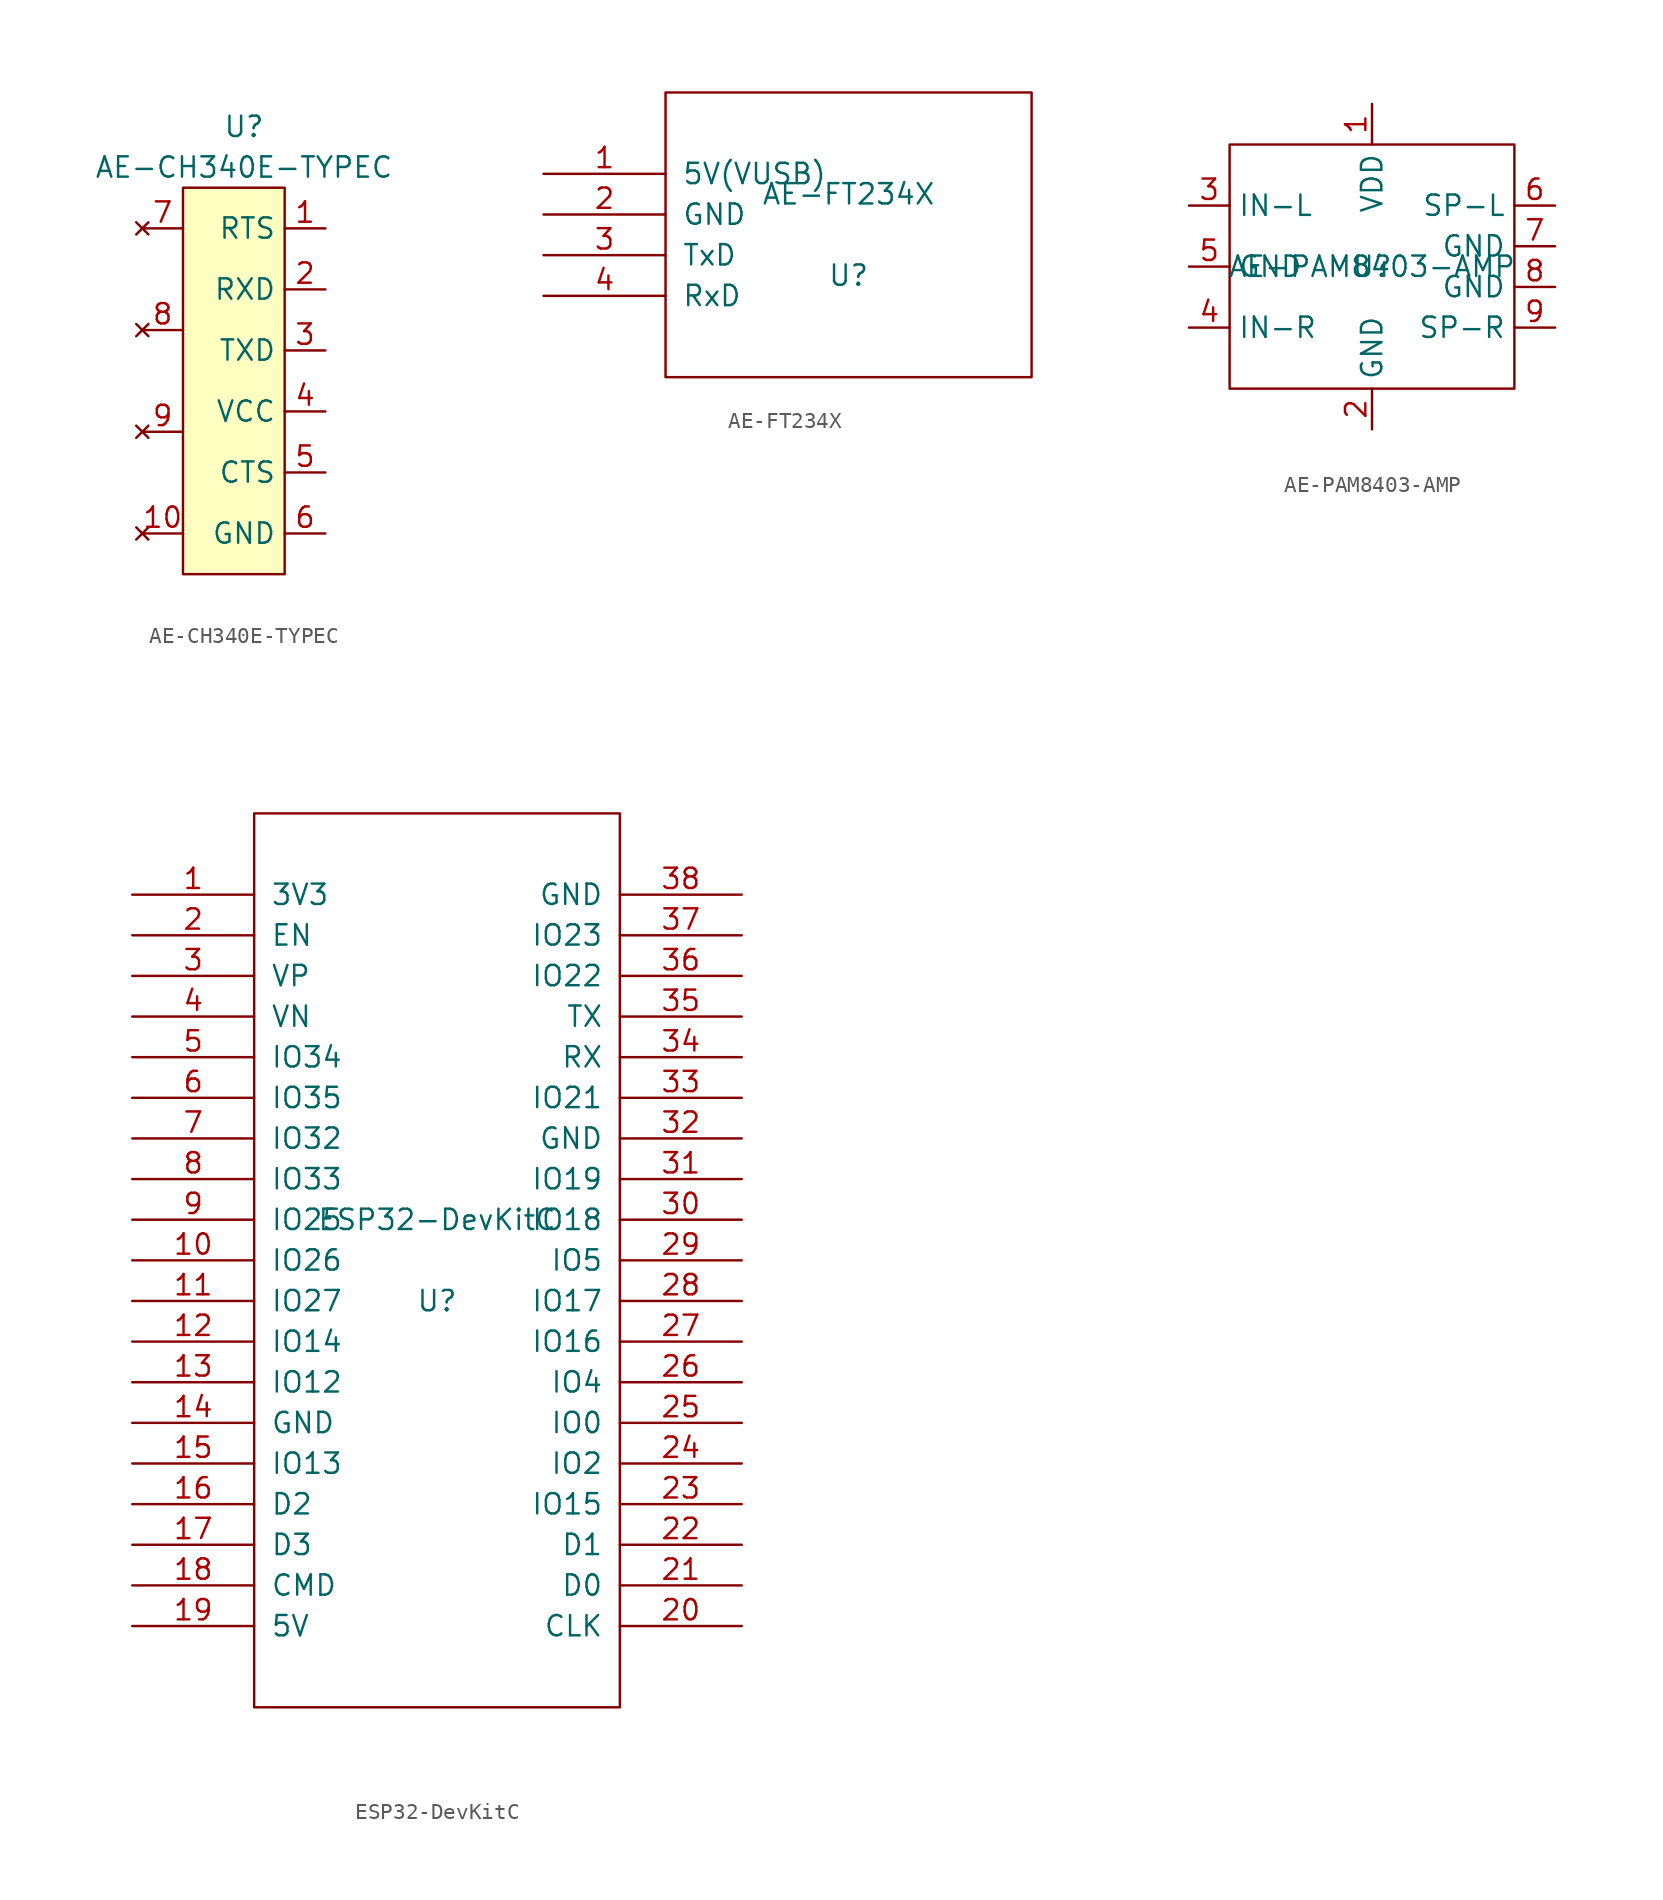
<source format=kicad_sym>
(kicad_symbol_lib
  (version 20231120)
  (generator "kicad_symbol_editor")
  (generator_version "8.0")
  (symbol "AE-CH340E-TYPEC"
    (property "Reference" "U"
      (at 0 2.54 0)
      (effects (font (size 1.27 1.27))))
    (property "Value" "AE-CH340E-TYPEC"
      (at 0 0 0)
      (effects (font (size 1.27 1.27))))
    (symbol "AE-CH340E-TYPEC_1_1"
      (rectangle (start -3.81 -1.27) (end 2.54 -25.4) (stroke (width 0) (type default)) (fill (type background)))
      (pin output line (at 5.08 -3.81 180) (length 2.54) (name "RTS" (effects (font (size 1.27 1.27)))) (number "1" (effects (font (size 1.27 1.27)))))
      (pin no_connect line (at -6.35 -22.86 0) (length 2.54) (name "" (effects (font (size 1.27 1.27)))) (number "10" (effects (font (size 1.27 1.27)))))
      (pin input line (at 5.08 -7.62 180) (length 2.54) (name "RXD" (effects (font (size 1.27 1.27)))) (number "2" (effects (font (size 1.27 1.27)))))
      (pin output line (at 5.08 -11.43 180) (length 2.54) (name "TXD" (effects (font (size 1.27 1.27)))) (number "3" (effects (font (size 1.27 1.27)))))
      (pin power_in line (at 5.08 -15.24 180) (length 2.54) (name "VCC" (effects (font (size 1.27 1.27)))) (number "4" (effects (font (size 1.27 1.27)))))
      (pin input line (at 5.08 -19.05 180) (length 2.54) (name "CTS" (effects (font (size 1.27 1.27)))) (number "5" (effects (font (size 1.27 1.27)))))
      (pin power_in line (at 5.08 -22.86 180) (length 2.54) (name "GND" (effects (font (size 1.27 1.27)))) (number "6" (effects (font (size 1.27 1.27)))))
      (pin no_connect line (at -6.35 -3.81 0) (length 2.54) (name "" (effects (font (size 1.27 1.27)))) (number "7" (effects (font (size 1.27 1.27)))))
      (pin no_connect line (at -6.35 -10.16 0) (length 2.54) (name "" (effects (font (size 1.27 1.27)))) (number "8" (effects (font (size 1.27 1.27)))))
      (pin no_connect line (at -6.35 -16.51 0) (length 2.54) (name "" (effects (font (size 1.27 1.27)))) (number "9" (effects (font (size 1.27 1.27)))))))
  (symbol "AE-FT234X"
    (pin_names
      (offset 1.016))
    (property "Reference" "U"
      (at 0 -2.54 0)
      (effects (font (size 1.27 1.27))))
    (property "Value" "AE-FT234X"
      (at 0 2.54 0)
      (effects (font (size 1.27 1.27))))
    (symbol "AE-FT234X_1_0"
      (rectangle (start -11.43 -8.89) (end 11.43 8.89) (stroke (width 0) (type solid)) (fill (type none))))
    (symbol "AE-FT234X_1_1"
      (pin output line (at -19.05 3.81 0) (length 7.62) (name "5V(VUSB)" (effects (font (size 1.27 1.27)))) (number "1" (effects (font (size 1.27 1.27)))))
      (pin input line (at -19.05 1.27 0) (length 7.62) (name "GND" (effects (font (size 1.27 1.27)))) (number "2" (effects (font (size 1.27 1.27)))))
      (pin output line (at -19.05 -1.27 0) (length 7.62) (name "TxD" (effects (font (size 1.27 1.27)))) (number "3" (effects (font (size 1.27 1.27)))))
      (pin input line (at -19.05 -3.81 0) (length 7.62) (name "RxD" (effects (font (size 1.27 1.27)))) (number "4" (effects (font (size 1.27 1.27)))))))
  (symbol "AE-PAM8403-AMP"
    (property "Reference" "U"
      (at 0 0 0)
      (effects (font (size 1.27 1.27))))
    (property "Value" "AE-PAM8403-AMP"
      (at 0 0 0)
      (effects (font (size 1.27 1.27))))
    (symbol "AE-PAM8403-AMP_0_1"
      (rectangle (start -8.89 7.62) (end 8.89 -7.62) (stroke (width 0) (type default)) (fill (type none))))
    (symbol "AE-PAM8403-AMP_1_1"
      (pin power_in line (at 0 10.16 270) (length 2.54) (name "VDD" (effects (font (size 1.27 1.27)))) (number "1" (effects (font (size 1.27 1.27)))))
      (pin power_in line (at 0 -10.16 90) (length 2.54) (name "GND" (effects (font (size 1.27 1.27)))) (number "2" (effects (font (size 1.27 1.27)))))
      (pin output line (at -11.43 3.81 0) (length 2.54) (name "IN-L" (effects (font (size 1.27 1.27)))) (number "3" (effects (font (size 1.27 1.27)))))
      (pin output line (at -11.43 -3.81 0) (length 2.54) (name "IN-R" (effects (font (size 1.27 1.27)))) (number "4" (effects (font (size 1.27 1.27)))))
      (pin power_in line (at -11.43 0 0) (length 2.54) (name "GND" (effects (font (size 1.27 1.27)))) (number "5" (effects (font (size 1.27 1.27)))))
      (pin output line (at 11.43 3.81 180) (length 2.54) (name "SP-L" (effects (font (size 1.27 1.27)))) (number "6" (effects (font (size 1.27 1.27)))))
      (pin power_in line (at 11.43 1.27 180) (length 2.54) (name "GND" (effects (font (size 1.27 1.27)))) (number "7" (effects (font (size 1.27 1.27)))))
      (pin power_in line (at 11.43 -1.27 180) (length 2.54) (name "GND" (effects (font (size 1.27 1.27)))) (number "8" (effects (font (size 1.27 1.27)))))
      (pin output line (at 11.43 -3.81 180) (length 2.54) (name "SP-R" (effects (font (size 1.27 1.27)))) (number "9" (effects (font (size 1.27 1.27)))))))
  (symbol "ESP32-DevKitC"
    (pin_names
      (offset 1.016))
    (property "Reference" "U"
      (at 0 -2.54 0)
      (effects (font (size 1.27 1.27))))
    (property "Value" "ESP32-DevKitC"
      (at 0 2.54 0)
      (effects (font (size 1.27 1.27))))
    (symbol "ESP32-DevKitC_1_0"
      (rectangle (start -11.43 -27.94) (end 11.43 27.94) (stroke (width 0) (type solid)) (fill (type none))))
    (symbol "ESP32-DevKitC_1_1"
      (pin power_in line (at -19.05 22.86 0) (length 7.62) (name "3V3" (effects (font (size 1.27 1.27)))) (number "1" (effects (font (size 1.27 1.27)))))
      (pin bidirectional line (at -19.05 0 0) (length 7.62) (name "IO26" (effects (font (size 1.27 1.27)))) (number "10" (effects (font (size 1.27 1.27)))))
      (pin bidirectional line (at -19.05 -2.54 0) (length 7.62) (name "IO27" (effects (font (size 1.27 1.27)))) (number "11" (effects (font (size 1.27 1.27)))))
      (pin bidirectional line (at -19.05 -5.08 0) (length 7.62) (name "IO14" (effects (font (size 1.27 1.27)))) (number "12" (effects (font (size 1.27 1.27)))))
      (pin bidirectional line (at -19.05 -7.62 0) (length 7.62) (name "IO12" (effects (font (size 1.27 1.27)))) (number "13" (effects (font (size 1.27 1.27)))))
      (pin power_in line (at -19.05 -10.16 0) (length 7.62) (name "GND" (effects (font (size 1.27 1.27)))) (number "14" (effects (font (size 1.27 1.27)))))
      (pin bidirectional line (at -19.05 -12.7 0) (length 7.62) (name "IO13" (effects (font (size 1.27 1.27)))) (number "15" (effects (font (size 1.27 1.27)))))
      (pin bidirectional line (at -19.05 -15.24 0) (length 7.62) (name "D2" (effects (font (size 1.27 1.27)))) (number "16" (effects (font (size 1.27 1.27)))))
      (pin bidirectional line (at -19.05 -17.78 0) (length 7.62) (name "D3" (effects (font (size 1.27 1.27)))) (number "17" (effects (font (size 1.27 1.27)))))
      (pin bidirectional line (at -19.05 -20.32 0) (length 7.62) (name "CMD" (effects (font (size 1.27 1.27)))) (number "18" (effects (font (size 1.27 1.27)))))
      (pin power_in line (at -19.05 -22.86 0) (length 7.62) (name "5V" (effects (font (size 1.27 1.27)))) (number "19" (effects (font (size 1.27 1.27)))))
      (pin input line (at -19.05 20.32 0) (length 7.62) (name "EN" (effects (font (size 1.27 1.27)))) (number "2" (effects (font (size 1.27 1.27)))))
      (pin bidirectional line (at 19.05 -22.86 180) (length 7.62) (name "CLK" (effects (font (size 1.27 1.27)))) (number "20" (effects (font (size 1.27 1.27)))))
      (pin bidirectional line (at 19.05 -20.32 180) (length 7.62) (name "D0" (effects (font (size 1.27 1.27)))) (number "21" (effects (font (size 1.27 1.27)))))
      (pin bidirectional line (at 19.05 -17.78 180) (length 7.62) (name "D1" (effects (font (size 1.27 1.27)))) (number "22" (effects (font (size 1.27 1.27)))))
      (pin bidirectional line (at 19.05 -15.24 180) (length 7.62) (name "IO15" (effects (font (size 1.27 1.27)))) (number "23" (effects (font (size 1.27 1.27)))))
      (pin bidirectional line (at 19.05 -12.7 180) (length 7.62) (name "IO2" (effects (font (size 1.27 1.27)))) (number "24" (effects (font (size 1.27 1.27)))))
      (pin bidirectional line (at 19.05 -10.16 180) (length 7.62) (name "IO0" (effects (font (size 1.27 1.27)))) (number "25" (effects (font (size 1.27 1.27)))))
      (pin bidirectional line (at 19.05 -7.62 180) (length 7.62) (name "IO4" (effects (font (size 1.27 1.27)))) (number "26" (effects (font (size 1.27 1.27)))))
      (pin bidirectional line (at 19.05 -5.08 180) (length 7.62) (name "IO16" (effects (font (size 1.27 1.27)))) (number "27" (effects (font (size 1.27 1.27)))))
      (pin bidirectional line (at 19.05 -2.54 180) (length 7.62) (name "IO17" (effects (font (size 1.27 1.27)))) (number "28" (effects (font (size 1.27 1.27)))))
      (pin bidirectional line (at 19.05 0 180) (length 7.62) (name "IO5" (effects (font (size 1.27 1.27)))) (number "29" (effects (font (size 1.27 1.27)))))
      (pin input line (at -19.05 17.78 0) (length 7.62) (name "VP" (effects (font (size 1.27 1.27)))) (number "3" (effects (font (size 1.27 1.27)))))
      (pin bidirectional line (at 19.05 2.54 180) (length 7.62) (name "IO18" (effects (font (size 1.27 1.27)))) (number "30" (effects (font (size 1.27 1.27)))))
      (pin bidirectional line (at 19.05 5.08 180) (length 7.62) (name "IO19" (effects (font (size 1.27 1.27)))) (number "31" (effects (font (size 1.27 1.27)))))
      (pin power_in line (at 19.05 7.62 180) (length 7.62) (name "GND" (effects (font (size 1.27 1.27)))) (number "32" (effects (font (size 1.27 1.27)))))
      (pin bidirectional line (at 19.05 10.16 180) (length 7.62) (name "IO21" (effects (font (size 1.27 1.27)))) (number "33" (effects (font (size 1.27 1.27)))))
      (pin bidirectional line (at 19.05 12.7 180) (length 7.62) (name "RX" (effects (font (size 1.27 1.27)))) (number "34" (effects (font (size 1.27 1.27)))))
      (pin bidirectional line (at 19.05 15.24 180) (length 7.62) (name "TX" (effects (font (size 1.27 1.27)))) (number "35" (effects (font (size 1.27 1.27)))))
      (pin bidirectional line (at 19.05 17.78 180) (length 7.62) (name "IO22" (effects (font (size 1.27 1.27)))) (number "36" (effects (font (size 1.27 1.27)))))
      (pin bidirectional line (at 19.05 20.32 180) (length 7.62) (name "IO23" (effects (font (size 1.27 1.27)))) (number "37" (effects (font (size 1.27 1.27)))))
      (pin power_in line (at 19.05 22.86 180) (length 7.62) (name "GND" (effects (font (size 1.27 1.27)))) (number "38" (effects (font (size 1.27 1.27)))))
      (pin input line (at -19.05 15.24 0) (length 7.62) (name "VN" (effects (font (size 1.27 1.27)))) (number "4" (effects (font (size 1.27 1.27)))))
      (pin input line (at -19.05 12.7 0) (length 7.62) (name "IO34" (effects (font (size 1.27 1.27)))) (number "5" (effects (font (size 1.27 1.27)))))
      (pin input line (at -19.05 10.16 0) (length 7.62) (name "IO35" (effects (font (size 1.27 1.27)))) (number "6" (effects (font (size 1.27 1.27)))))
      (pin bidirectional line (at -19.05 7.62 0) (length 7.62) (name "IO32" (effects (font (size 1.27 1.27)))) (number "7" (effects (font (size 1.27 1.27)))))
      (pin bidirectional line (at -19.05 5.08 0) (length 7.62) (name "IO33" (effects (font (size 1.27 1.27)))) (number "8" (effects (font (size 1.27 1.27)))))
      (pin bidirectional line (at -19.05 2.54 0) (length 7.62) (name "IO25" (effects (font (size 1.27 1.27)))) (number "9" (effects (font (size 1.27 1.27))))))))
</source>
